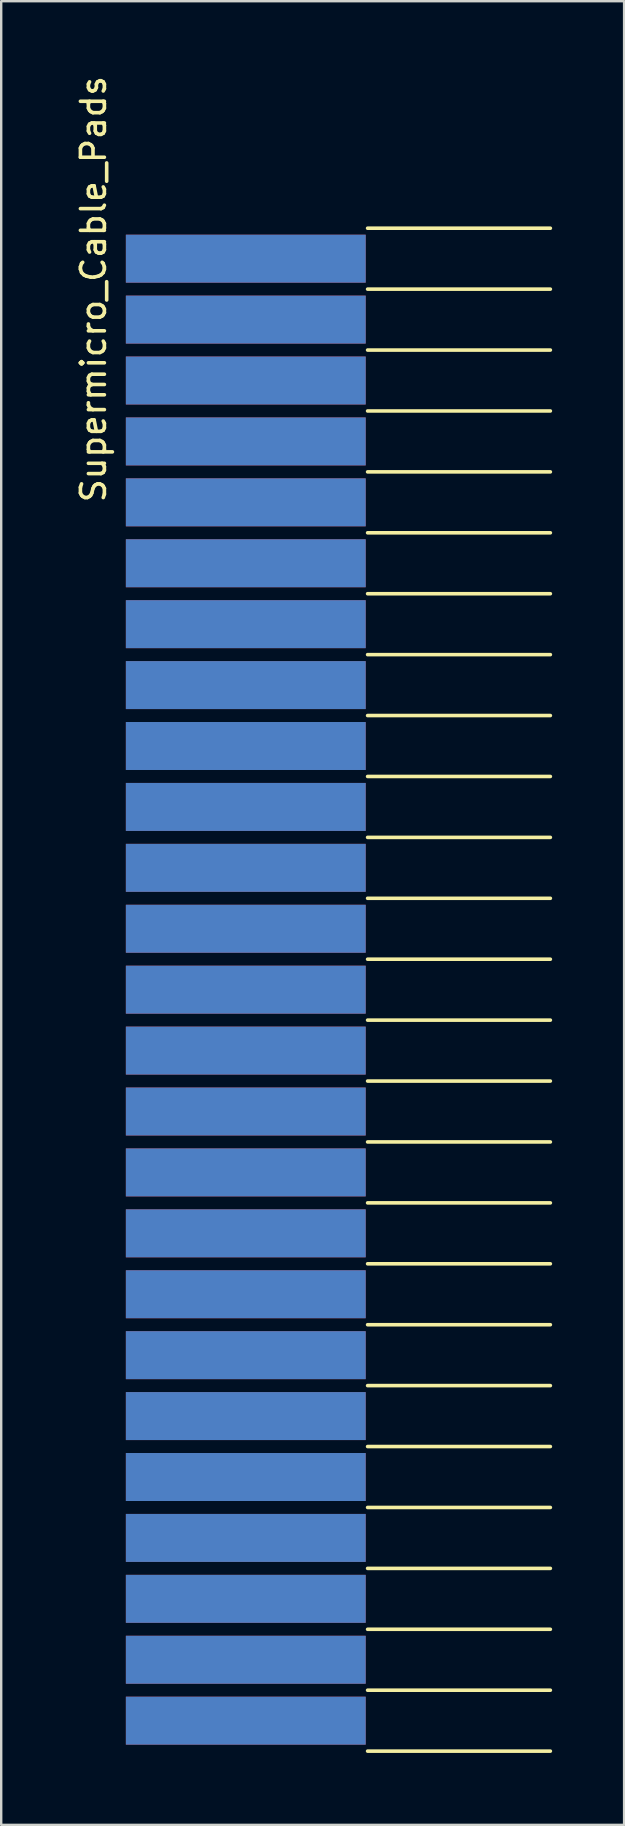
<source format=kicad_pcb>
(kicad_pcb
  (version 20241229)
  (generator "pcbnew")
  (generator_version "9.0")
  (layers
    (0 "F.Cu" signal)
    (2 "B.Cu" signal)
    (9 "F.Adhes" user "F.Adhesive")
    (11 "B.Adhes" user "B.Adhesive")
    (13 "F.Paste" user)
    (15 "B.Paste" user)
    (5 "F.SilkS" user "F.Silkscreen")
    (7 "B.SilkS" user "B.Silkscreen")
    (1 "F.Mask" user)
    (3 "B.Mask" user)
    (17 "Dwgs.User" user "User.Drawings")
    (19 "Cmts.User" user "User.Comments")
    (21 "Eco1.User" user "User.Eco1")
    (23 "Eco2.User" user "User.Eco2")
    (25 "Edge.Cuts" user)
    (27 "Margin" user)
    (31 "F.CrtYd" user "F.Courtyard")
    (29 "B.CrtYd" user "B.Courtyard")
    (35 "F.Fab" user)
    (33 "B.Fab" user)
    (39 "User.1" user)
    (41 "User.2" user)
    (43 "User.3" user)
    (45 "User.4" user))
  (footprint "Supermicro_Cable_Pads"
    (layer "F.Cu")
    (at 7.198 38.216)
    (property "Reference" "Supermicro_Cable_Pads" (at -6.35 -29.21 90) (layer "F.SilkS") (effects (font (size 1 1) (thickness 0.15))))
    (attr through_hole)
    (fp_line (start 5.08 -31.75) (end 12.7 -31.75) (stroke (width 0.15) (type solid)) (layer "F.SilkS"))
    (fp_line (start 5.08 -29.21) (end 12.7 -29.21) (stroke (width 0.15) (type solid)) (layer "F.SilkS"))
    (fp_line (start 5.08 -26.67) (end 12.7 -26.67) (stroke (width 0.15) (type solid)) (layer "F.SilkS"))
    (fp_line (start 5.08 -24.13) (end 12.7 -24.13) (stroke (width 0.15) (type solid)) (layer "F.SilkS"))
    (fp_line (start 5.08 -21.59) (end 12.7 -21.59) (stroke (width 0.15) (type solid)) (layer "F.SilkS"))
    (fp_line (start 5.08 -19.05) (end 12.7 -19.05) (stroke (width 0.15) (type solid)) (layer "F.SilkS"))
    (fp_line (start 5.08 -16.51) (end 12.7 -16.51) (stroke (width 0.15) (type solid)) (layer "F.SilkS"))
    (fp_line (start 5.08 -13.97) (end 12.7 -13.97) (stroke (width 0.15) (type solid)) (layer "F.SilkS"))
    (fp_line (start 5.08 -11.43) (end 12.7 -11.43) (stroke (width 0.15) (type solid)) (layer "F.SilkS"))
    (fp_line (start 5.08 -8.89) (end 12.7 -8.89) (stroke (width 0.15) (type solid)) (layer "F.SilkS"))
    (fp_line (start 5.08 -6.35) (end 12.7 -6.35) (stroke (width 0.15) (type solid)) (layer "F.SilkS"))
    (fp_line (start 5.08 -3.81) (end 12.7 -3.81) (stroke (width 0.15) (type solid)) (layer "F.SilkS"))
    (fp_line (start 5.08 -1.27) (end 12.7 -1.27) (stroke (width 0.15) (type solid)) (layer "F.SilkS"))
    (fp_line (start 5.08 1.27) (end 12.7 1.27) (stroke (width 0.15) (type solid)) (layer "F.SilkS"))
    (fp_line (start 5.08 3.81) (end 12.7 3.81) (stroke (width 0.15) (type solid)) (layer "F.SilkS"))
    (fp_line (start 5.08 6.35) (end 12.7 6.35) (stroke (width 0.15) (type solid)) (layer "F.SilkS"))
    (fp_line (start 5.08 8.89) (end 12.7 8.89) (stroke (width 0.15) (type solid)) (layer "F.SilkS"))
    (fp_line (start 5.08 11.43) (end 12.7 11.43) (stroke (width 0.15) (type solid)) (layer "F.SilkS"))
    (fp_line (start 5.08 13.97) (end 12.7 13.97) (stroke (width 0.15) (type solid)) (layer "F.SilkS"))
    (fp_line (start 5.08 16.51) (end 12.7 16.51) (stroke (width 0.15) (type solid)) (layer "F.SilkS"))
    (fp_line (start 5.08 19.05) (end 12.7 19.05) (stroke (width 0.15) (type solid)) (layer "F.SilkS"))
    (fp_line (start 5.08 21.59) (end 12.7 21.59) (stroke (width 0.15) (type solid)) (layer "F.SilkS"))
    (fp_line (start 5.08 24.13) (end 12.7 24.13) (stroke (width 0.15) (type solid)) (layer "F.SilkS"))
    (fp_line (start 5.08 26.67) (end 12.7 26.67) (stroke (width 0.15) (type solid)) (layer "F.SilkS"))
    (fp_line (start 5.08 29.21) (end 12.7 29.21) (stroke (width 0.15) (type solid)) (layer "F.SilkS"))
    (fp_line (start 5.08 31.75) (end 12.7 31.75) (stroke (width 0.15) (type solid)) (layer "F.SilkS"))
    (pad "1" smd rect (at 0 -30.48) (size 10 2) (layers "F.Cu" "F.Mask"))
    (pad "2" smd rect (at 0 -27.94) (size 10 2) (layers "F.Cu" "F.Mask"))
    (pad "3" smd rect (at 0 -25.4) (size 10 2) (layers "F.Cu" "F.Mask"))
    (pad "4" smd rect (at 0 -22.86) (size 10 2) (layers "F.Cu" "F.Mask"))
    (pad "5" smd rect (at 0 -20.32) (size 10 2) (layers "F.Cu" "F.Mask"))
    (pad "6" smd rect (at 0 -17.78) (size 10 2) (layers "F.Cu" "F.Mask"))
    (pad "7" smd rect (at 0 -15.24) (size 10 2) (layers "F.Cu" "F.Mask"))
    (pad "8" smd rect (at 0 -12.7) (size 10 2) (layers "F.Cu" "F.Mask"))
    (pad "9" smd rect (at 0 -10.16) (size 10 2) (layers "F.Cu" "F.Mask"))
    (pad "10" smd rect (at 0 -7.62) (size 10 2) (layers "F.Cu" "F.Mask"))
    (pad "11" smd rect (at 0 -5.08) (size 10 2) (layers "F.Cu" "F.Mask"))
    (pad "12" smd rect (at 0 -2.54) (size 10 2) (layers "F.Cu" "F.Mask"))
    (pad "13" smd rect (at 0 0) (size 10 2) (layers "F.Cu" "F.Mask"))
    (pad "14" smd rect (at 0 2.54) (size 10 2) (layers "F.Cu" "F.Mask"))
    (pad "15" smd rect (at 0 5.08) (size 10 2) (layers "F.Cu" "F.Mask"))
    (pad "16" smd rect (at 0 7.62) (size 10 2) (layers "F.Cu" "F.Mask"))
    (pad "17" smd rect (at 0 10.16) (size 10 2) (layers "F.Cu" "F.Mask"))
    (pad "18" smd rect (at 0 12.7) (size 10 2) (layers "F.Cu" "F.Mask"))
    (pad "19" smd rect (at 0 15.24) (size 10 2) (layers "F.Cu" "F.Mask"))
    (pad "20" smd rect (at 0 17.78) (size 10 2) (layers "F.Cu" "F.Mask"))
    (pad "21" smd rect (at 0 20.32) (size 10 2) (layers "F.Cu" "F.Mask"))
    (pad "22" smd rect (at 0 22.86) (size 10 2) (layers "F.Cu" "F.Mask"))
    (pad "23" smd rect (at 0 25.4) (size 10 2) (layers "F.Cu" "F.Mask"))
    (pad "24" smd rect (at 0 27.94) (size 10 2) (layers "F.Cu" "F.Mask"))
    (pad "25" smd rect (at 0 30.48) (size 10 2) (layers "F.Cu" "F.Mask"))
    (pad "26" smd rect (at 0 -30.48) (size 10 2) (layers "B.Cu" "B.Mask"))
    (pad "27" smd rect (at 0 -27.94) (size 10 2) (layers "B.Cu" "B.Mask"))
    (pad "28" smd rect (at 0 -25.4) (size 10 2) (layers "B.Cu" "B.Mask"))
    (pad "29" smd rect (at 0 -22.86) (size 10 2) (layers "B.Cu" "B.Mask"))
    (pad "30" smd rect (at 0 -20.32) (size 10 2) (layers "B.Cu" "B.Mask"))
    (pad "31" smd rect (at 0 -17.78) (size 10 2) (layers "B.Cu" "B.Mask"))
    (pad "32" smd rect (at 0 -15.24) (size 10 2) (layers "B.Cu" "B.Mask"))
    (pad "33" smd rect (at 0 -12.7) (size 10 2) (layers "B.Cu" "B.Mask"))
    (pad "34" smd rect (at 0 -10.16) (size 10 2) (layers "B.Cu" "B.Mask"))
    (pad "35" smd rect (at 0 -7.62) (size 10 2) (layers "B.Cu" "B.Mask"))
    (pad "36" smd rect (at 0 -5.08) (size 10 2) (layers "B.Cu" "B.Mask"))
    (pad "37" smd rect (at 0 -2.54) (size 10 2) (layers "B.Cu" "B.Mask"))
    (pad "38" smd rect (at 0 0) (size 10 2) (layers "B.Cu" "B.Mask"))
    (pad "39" smd rect (at 0 2.54) (size 10 2) (layers "B.Cu" "B.Mask"))
    (pad "40" smd rect (at 0 5.08) (size 10 2) (layers "B.Cu" "B.Mask"))
    (pad "41" smd rect (at 0 7.62) (size 10 2) (layers "B.Cu" "B.Mask"))
    (pad "42" smd rect (at 0 10.16) (size 10 2) (layers "B.Cu" "B.Mask"))
    (pad "43" smd rect (at 0 12.7) (size 10 2) (layers "B.Cu" "B.Mask"))
    (pad "44" smd rect (at 0 15.24) (size 10 2) (layers "B.Cu" "B.Mask"))
    (pad "45" smd rect (at 0 17.78) (size 10 2) (layers "B.Cu" "B.Mask"))
    (pad "46" smd rect (at 0 20.32) (size 10 2) (layers "B.Cu" "B.Mask"))
    (pad "47" smd rect (at 0 22.86) (size 10 2) (layers "B.Cu" "B.Mask"))
    (pad "48" smd rect (at 0 25.4) (size 10 2) (layers "B.Cu" "B.Mask"))
    (pad "49" smd rect (at 0 27.94) (size 10 2) (layers "B.Cu" "B.Mask"))
    (pad "50" smd rect (at 0 30.48) (size 10 2) (layers "B.Cu" "B.Mask")))
  (gr_rect
    (start -3 -3)
    (end 22.973 73.041)
    (stroke (width 0.1) (type default))
    (fill no)
    (layer "Edge.Cuts")))
</source>
